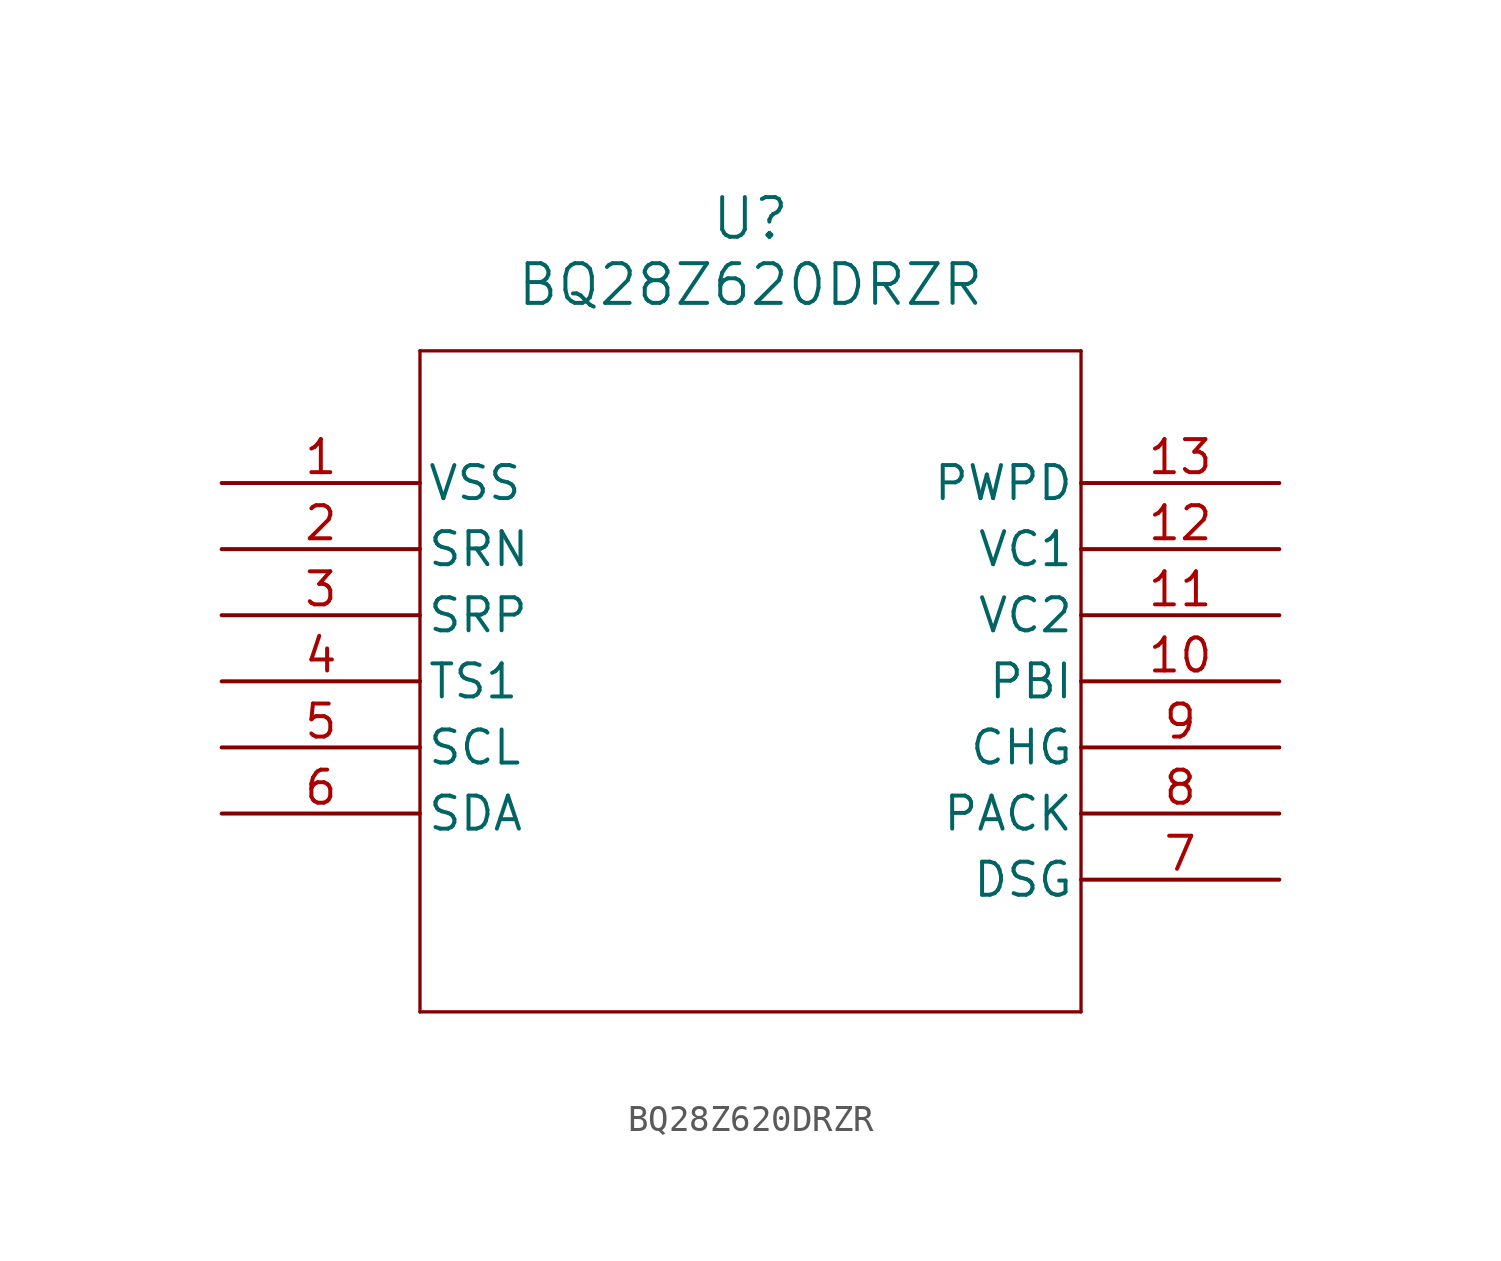
<source format=kicad_sym>
(kicad_symbol_lib
  (version 20211014)
  (generator kicad_symbol_editor)
  (symbol "BQ28Z620DRZR"
    (pin_names
      (offset 0.254))
    (property "Reference" "U"
      (at 20.32 10.16 0)
      (effects (font (size 1.524 1.524))))
    (property "Value" "BQ28Z620DRZR"
      (at 20.32 7.62 0)
      (effects (font (size 1.524 1.524))))
    (symbol "BQ28Z620DRZR_0_1"
      (polyline (pts (xy 7.62 5.08) (xy 7.62 -20.32)) (stroke (width 0.127) (type default) (color 0 0 0 0)) (fill (type none)))
      (polyline (pts (xy 7.62 -20.32) (xy 33.02 -20.32)) (stroke (width 0.127) (type default) (color 0 0 0 0)) (fill (type none)))
      (polyline (pts (xy 33.02 -20.32) (xy 33.02 5.08)) (stroke (width 0.127) (type default) (color 0 0 0 0)) (fill (type none)))
      (polyline (pts (xy 33.02 5.08) (xy 7.62 5.08)) (stroke (width 0.127) (type default) (color 0 0 0 0)) (fill (type none)))
      (pin power_in line (at 0 0 0) (length 7.62) (name "VSS" (effects (font (size 1.27 1.27)))) (number "1" (effects (font (size 1.27 1.27)))))
      (pin input line (at 0 -2.54 0) (length 7.62) (name "SRN" (effects (font (size 1.27 1.27)))) (number "2" (effects (font (size 1.27 1.27)))))
      (pin input line (at 0 -5.08 0) (length 7.62) (name "SRP" (effects (font (size 1.27 1.27)))) (number "3" (effects (font (size 1.27 1.27)))))
      (pin input line (at 0 -7.62 0) (length 7.62) (name "TS1" (effects (font (size 1.27 1.27)))) (number "4" (effects (font (size 1.27 1.27)))))
      (pin bidirectional line (at 0 -10.16 0) (length 7.62) (name "SCL" (effects (font (size 1.27 1.27)))) (number "5" (effects (font (size 1.27 1.27)))))
      (pin bidirectional line (at 0 -12.7 0) (length 7.62) (name "SDA" (effects (font (size 1.27 1.27)))) (number "6" (effects (font (size 1.27 1.27)))))
      (pin output line (at 40.64 -15.24 180) (length 7.62) (name "DSG" (effects (font (size 1.27 1.27)))) (number "7" (effects (font (size 1.27 1.27)))))
      (pin input line (at 40.64 -12.7 180) (length 7.62) (name "PACK" (effects (font (size 1.27 1.27)))) (number "8" (effects (font (size 1.27 1.27)))))
      (pin output line (at 40.64 -10.16 180) (length 7.62) (name "CHG" (effects (font (size 1.27 1.27)))) (number "9" (effects (font (size 1.27 1.27)))))
      (pin power_in line (at 40.64 -7.62 180) (length 7.62) (name "PBI" (effects (font (size 1.27 1.27)))) (number "10" (effects (font (size 1.27 1.27)))))
      (pin input line (at 40.64 -5.08 180) (length 7.62) (name "VC2" (effects (font (size 1.27 1.27)))) (number "11" (effects (font (size 1.27 1.27)))))
      (pin input line (at 40.64 -2.54 180) (length 7.62) (name "VC1" (effects (font (size 1.27 1.27)))) (number "12" (effects (font (size 1.27 1.27)))))
      (pin power_out line (at 40.64 0 180) (length 7.62) (name "PWPD" (effects (font (size 1.27 1.27)))) (number "13" (effects (font (size 1.27 1.27))))))))
</source>
